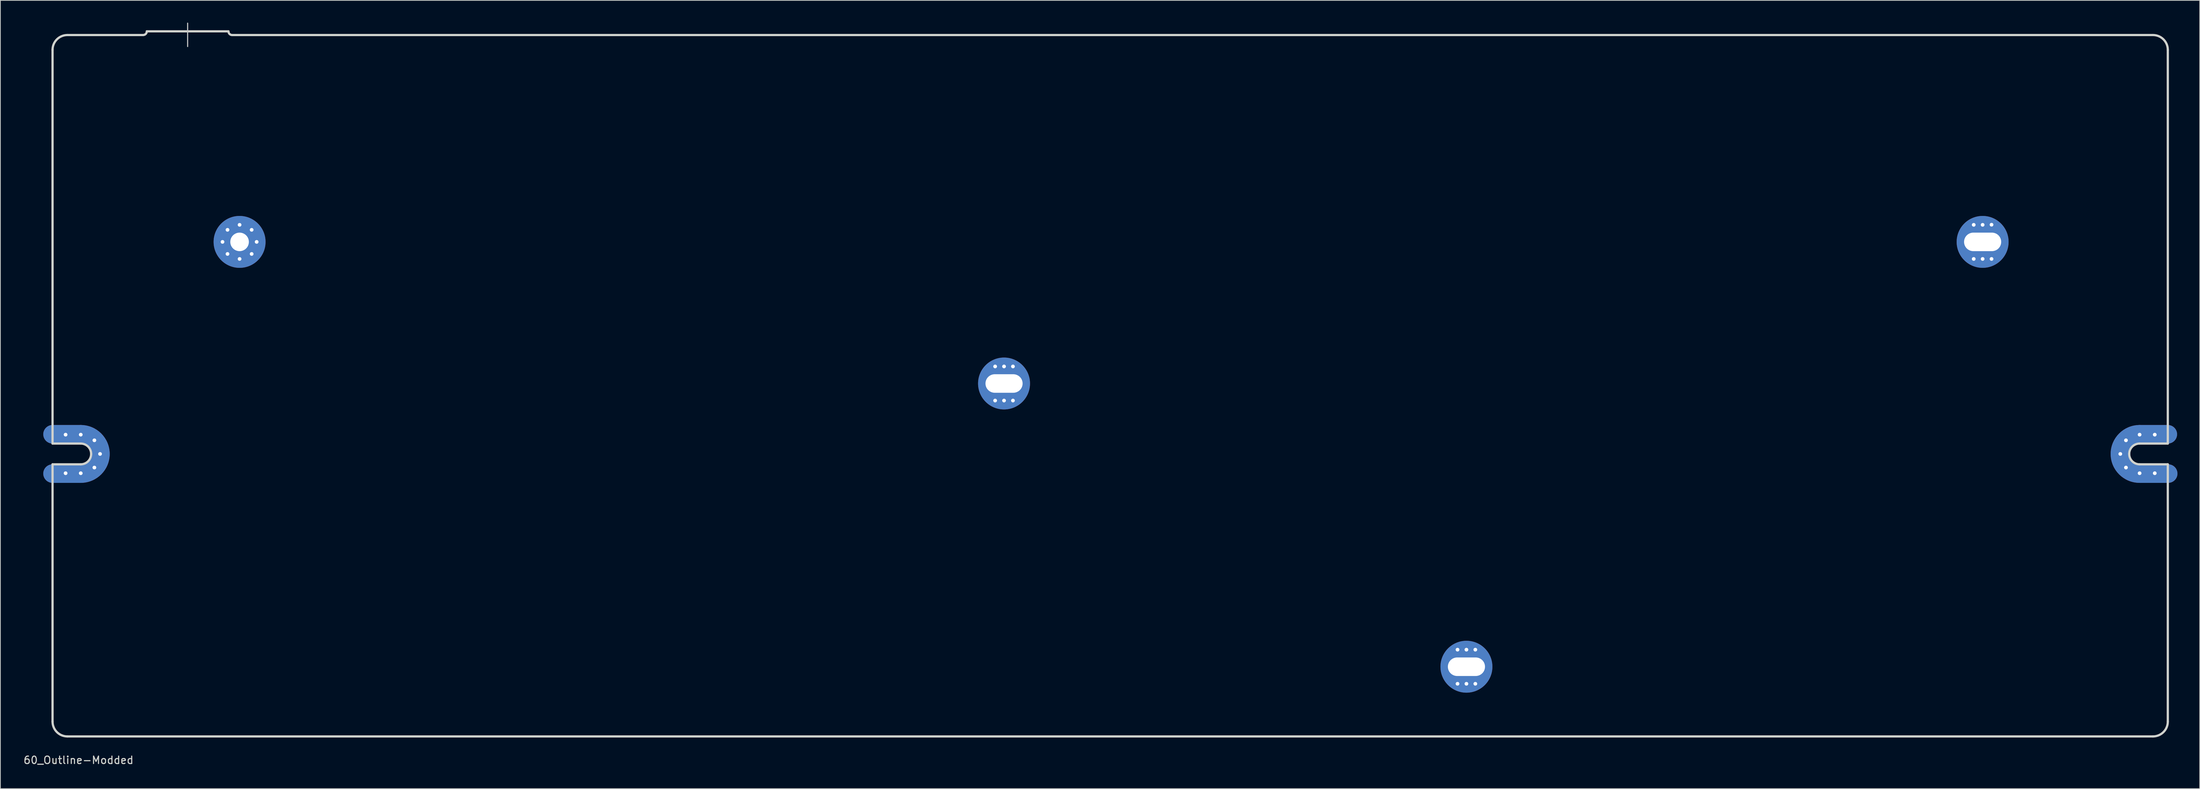
<source format=kicad_pcb>
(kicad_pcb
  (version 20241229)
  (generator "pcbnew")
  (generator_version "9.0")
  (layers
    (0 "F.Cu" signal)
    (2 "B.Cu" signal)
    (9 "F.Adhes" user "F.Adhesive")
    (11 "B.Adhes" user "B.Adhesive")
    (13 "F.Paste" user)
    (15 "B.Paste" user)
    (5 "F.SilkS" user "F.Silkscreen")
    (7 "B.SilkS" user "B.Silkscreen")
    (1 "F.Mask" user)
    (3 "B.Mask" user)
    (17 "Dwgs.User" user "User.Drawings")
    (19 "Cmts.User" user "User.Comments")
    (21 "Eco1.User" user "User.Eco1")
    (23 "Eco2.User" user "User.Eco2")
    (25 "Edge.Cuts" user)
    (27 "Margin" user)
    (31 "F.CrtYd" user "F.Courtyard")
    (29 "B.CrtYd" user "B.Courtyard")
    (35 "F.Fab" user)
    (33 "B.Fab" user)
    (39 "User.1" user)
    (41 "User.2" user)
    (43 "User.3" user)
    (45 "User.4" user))
  (footprint "60_Outline-Modded"
    (layer "F.Cu")
    (at 146.53 48.975)
    (property "Reference" "60_Outline-Modded" (at -139 50.5 0) (layer "Edge.Cuts") (effects (font (size 1 1) (thickness 0.15))))
    (attr through_hole)
    (fp_line (start -142.5 6.549) (end -138.7 6.549) (stroke (width 2.502) (type solid)) (layer "F.Cu"))
    (fp_line (start -142.5 11.851) (end -138.7 11.851) (stroke (width 2.502) (type solid)) (layer "F.Cu"))
    (fp_line (start 138.7 6.549) (end 142.5 6.549) (stroke (width 2.502) (type solid)) (layer "F.Cu"))
    (fp_line (start 138.7 11.851) (end 142.55 11.851) (stroke (width 2.502) (type solid)) (layer "F.Cu"))
    (fp_arc (start -138.7 6.54905) (mid -136.825495 7.325495) (end -136.04905 9.2) (stroke (width 2.5019) (type solid)) (layer "F.Cu"))
    (fp_arc (start -136.04905 9.2) (mid -136.825495 11.074505) (end -138.7 11.85095) (stroke (width 2.5019) (type solid)) (layer "F.Cu"))
    (fp_arc (start 136.04905 9.2) (mid 136.825495 7.325495) (end 138.7 6.54905) (stroke (width 2.5019) (type solid)) (layer "F.Cu"))
    (fp_arc (start 138.7 11.85095) (mid 136.825495 11.074505) (end 136.04905 9.2) (stroke (width 2.5019) (type solid)) (layer "F.Cu"))
    (fp_line (start -142.5 6.549) (end -138.7 6.549) (stroke (width 2.502) (type solid)) (layer "F.Mask"))
    (fp_line (start -142.5 11.851) (end -138.7 11.851) (stroke (width 2.502) (type solid)) (layer "F.Mask"))
    (fp_line (start 138.7 6.549) (end 142.5 6.549) (stroke (width 2.502) (type solid)) (layer "F.Mask"))
    (fp_line (start 138.7 11.851) (end 142.55 11.851) (stroke (width 2.502) (type solid)) (layer "F.Mask"))
    (fp_arc (start -138.7 6.54905) (mid -136.825495 7.325495) (end -136.04905 9.2) (stroke (width 2.5019) (type solid)) (layer "F.Mask"))
    (fp_arc (start -136.04905 9.2) (mid -136.825495 11.074505) (end -138.7 11.85095) (stroke (width 2.5019) (type solid)) (layer "F.Mask"))
    (fp_arc (start 136.04905 9.2) (mid 136.825495 7.325495) (end 138.7 6.54905) (stroke (width 2.5019) (type solid)) (layer "F.Mask"))
    (fp_arc (start 138.7 11.85095) (mid 136.825495 11.074505) (end 136.04905 9.2) (stroke (width 2.5019) (type solid)) (layer "F.Mask"))
    (fp_line (start -142.5 6.549) (end -138.7 6.549) (stroke (width 2.502) (type solid)) (layer "B.Cu"))
    (fp_line (start -142.5 11.851) (end -138.7 11.851) (stroke (width 2.502) (type solid)) (layer "B.Cu"))
    (fp_line (start 138.7 6.549) (end 142.5 6.549) (stroke (width 2.502) (type solid)) (layer "B.Cu"))
    (fp_line (start 138.7 11.851) (end 142.55 11.851) (stroke (width 2.502) (type solid)) (layer "B.Cu"))
    (fp_arc (start -138.7 6.54905) (mid -136.825495 7.325495) (end -136.04905 9.2) (stroke (width 2.5019) (type solid)) (layer "B.Cu"))
    (fp_arc (start -136.04905 9.2) (mid -136.825495 11.074505) (end -138.7 11.85095) (stroke (width 2.5019) (type solid)) (layer "B.Cu"))
    (fp_arc (start 136.04905 9.2) (mid 136.825495 7.325495) (end 138.7 6.54905) (stroke (width 2.5019) (type solid)) (layer "B.Cu"))
    (fp_arc (start 138.7 11.85095) (mid 136.825495 11.074505) (end 136.04905 9.2) (stroke (width 2.5019) (type solid)) (layer "B.Cu"))
    (fp_line (start -142.5 6.549) (end -138.7 6.549) (stroke (width 2.502) (type solid)) (layer "B.Mask"))
    (fp_line (start -142.5 11.851) (end -138.7 11.851) (stroke (width 2.502) (type solid)) (layer "B.Mask"))
    (fp_line (start 138.7 6.549) (end 142.5 6.549) (stroke (width 2.502) (type solid)) (layer "B.Mask"))
    (fp_line (start 138.7 11.851) (end 142.55 11.851) (stroke (width 2.502) (type solid)) (layer "B.Mask"))
    (fp_arc (start -138.7 6.54905) (mid -136.825495 7.325495) (end -136.04905 9.2) (stroke (width 2.5019) (type solid)) (layer "B.Mask"))
    (fp_arc (start -136.04905 9.2) (mid -136.825495 11.074505) (end -138.7 11.85095) (stroke (width 2.5019) (type solid)) (layer "B.Mask"))
    (fp_arc (start 136.04905 9.2) (mid 136.825495 7.325495) (end 138.7 6.54905) (stroke (width 2.5019) (type solid)) (layer "B.Mask"))
    (fp_arc (start 138.7 11.85095) (mid 136.825495 11.074505) (end 136.04905 9.2) (stroke (width 2.5019) (type solid)) (layer "B.Mask"))
    (fp_line (start -124.3 -48.9) (end -124.3 -45.75) (stroke (width 0.15) (type solid)) (layer "Dwgs.User"))
    (fp_line (start -142.5 7.8) (end -142.5 -45.3) (stroke (width 0.3) (type solid)) (layer "Edge.Cuts"))
    (fp_line (start -142.5 10.6) (end -138.7 10.6) (stroke (width 0.3) (type solid)) (layer "Edge.Cuts"))
    (fp_line (start -142.5 45.3) (end -142.5 10.6) (stroke (width 0.3) (type solid)) (layer "Edge.Cuts"))
    (fp_line (start -140.5 -47.3) (end -130.3 -47.3) (stroke (width 0.3) (type solid)) (layer "Edge.Cuts"))
    (fp_line (start -140.5 47.3) (end 140.5 47.3) (stroke (width 0.3) (type solid)) (layer "Edge.Cuts"))
    (fp_line (start -138.7 7.8) (end -142.5 7.8) (stroke (width 0.3) (type solid)) (layer "Edge.Cuts"))
    (fp_line (start -129.8 -47.8) (end -118.8 -47.8) (stroke (width 0.3) (type solid)) (layer "Edge.Cuts"))
    (fp_line (start 138.7 7.8) (end 142.5 7.8) (stroke (width 0.3) (type solid)) (layer "Edge.Cuts"))
    (fp_line (start 138.7 10.6) (end 142.5 10.6) (stroke (width 0.3) (type solid)) (layer "Edge.Cuts"))
    (fp_line (start 140.5 -47.3) (end -118.3 -47.3) (stroke (width 0.3) (type solid)) (layer "Edge.Cuts"))
    (fp_line (start 142.5 7.8) (end 142.5 -45.3) (stroke (width 0.3) (type solid)) (layer "Edge.Cuts"))
    (fp_line (start 142.5 10.6) (end 142.5 45.3) (stroke (width 0.3) (type solid)) (layer "Edge.Cuts"))
    (fp_arc (start -142.5 -45.3) (mid -141.914214 -46.714214) (end -140.5 -47.3) (stroke (width 0.3) (type solid)) (layer "Edge.Cuts"))
    (fp_arc (start -140.5 47.3) (mid -141.914214 46.714214) (end -142.5 45.3) (stroke (width 0.3) (type solid)) (layer "Edge.Cuts"))
    (fp_arc (start -138.7 7.8) (mid -137.710051 8.210051) (end -137.3 9.2) (stroke (width 0.3) (type solid)) (layer "Edge.Cuts"))
    (fp_arc (start -137.3 9.2) (mid -137.710051 10.189949) (end -138.7 10.6) (stroke (width 0.3) (type solid)) (layer "Edge.Cuts"))
    (fp_arc (start -129.8 -47.8) (mid -129.946447 -47.446447) (end -130.3 -47.3) (stroke (width 0.3) (type solid)) (layer "Edge.Cuts"))
    (fp_arc (start -118.3 -47.3) (mid -118.653553 -47.446447) (end -118.8 -47.8) (stroke (width 0.3) (type solid)) (layer "Edge.Cuts"))
    (fp_arc (start 137.3 9.2) (mid 137.710051 8.210051) (end 138.7 7.8) (stroke (width 0.3) (type solid)) (layer "Edge.Cuts"))
    (fp_arc (start 138.7 10.6) (mid 137.710051 10.189949) (end 137.3 9.2) (stroke (width 0.3) (type solid)) (layer "Edge.Cuts"))
    (fp_arc (start 140.5 -47.3) (mid 141.914214 -46.714214) (end 142.5 -45.3) (stroke (width 0.3) (type solid)) (layer "Edge.Cuts"))
    (fp_arc (start 142.5 45.3) (mid 141.914214 46.714214) (end 140.5 47.3) (stroke (width 0.3) (type solid)) (layer "Edge.Cuts"))
    (pad "1" thru_hole circle (at -140.742 6.6) (size 1 1) (drill 0.5) (layers "*.Cu" "*.Mask"))
    (pad "1" thru_hole circle (at -140.742 11.8) (size 1 1) (drill 0.5) (layers "*.Cu" "*.Mask"))
    (pad "1" thru_hole circle (at -138.7 6.6) (size 1 1) (drill 0.5) (layers "*.Cu" "*.Mask"))
    (pad "1" thru_hole circle (at -138.7 11.8) (size 1 1) (drill 0.5) (layers "*.Cu" "*.Mask"))
    (pad "1" thru_hole circle (at -136.862 7.362) (size 1 1) (drill 0.5) (layers "*.Cu" "*.Mask"))
    (pad "1" thru_hole circle (at -136.862 11.038) (size 1 1) (drill 0.5) (layers "*.Cu" "*.Mask"))
    (pad "1" thru_hole circle (at -136.1 9.2) (size 1 1) (drill 0.5) (layers "*.Cu" "*.Mask"))
    (pad "1" thru_hole circle (at -119.6 -19.4) (size 1 1) (drill 0.5) (layers "*.Cu" "*.Mask"))
    (pad "1" thru_hole circle (at -118.926 -21.026) (size 1 1) (drill 0.5) (layers "*.Cu" "*.Mask"))
    (pad "1" thru_hole circle (at -118.926 -17.774) (size 1 1) (drill 0.5) (layers "*.Cu" "*.Mask"))
    (pad "1" thru_hole circle (at -117.3 -21.7) (size 1 1) (drill 0.5) (layers "*.Cu" "*.Mask"))
    (pad "1" thru_hole circle (at -117.3 -19.4) (size 7.001 7.001) (drill 2.499) (layers "*.Cu" "*.Mask"))
    (pad "1" thru_hole circle (at -117.3 -17.1) (size 1 1) (drill 0.5) (layers "*.Cu" "*.Mask"))
    (pad "1" thru_hole circle (at -115.674 -21.026) (size 1 1) (drill 0.5) (layers "*.Cu" "*.Mask"))
    (pad "1" thru_hole circle (at -115.674 -17.774) (size 1 1) (drill 0.5) (layers "*.Cu" "*.Mask"))
    (pad "1" thru_hole circle (at -115 -19.4) (size 1 1) (drill 0.5) (layers "*.Cu" "*.Mask"))
    (pad "1" thru_hole circle (at -15.5 -2.6) (size 1 1) (drill 0.5) (layers "*.Cu" "*.Mask"))
    (pad "1" thru_hole circle (at -15.5 2) (size 1 1) (drill 0.5) (layers "*.Cu" "*.Mask"))
    (pad "1" thru_hole circle (at -14.3 -2.6) (size 1 1) (drill 0.5) (layers "*.Cu" "*.Mask"))
    (pad "1" thru_hole circle (at -14.3 -0.3) (size 7 7) (drill oval 5.001 2.499) (layers "*.Cu" "*.Mask"))
    (pad "1" thru_hole circle (at -14.3 2) (size 1 1) (drill 0.5) (layers "*.Cu" "*.Mask"))
    (pad "1" thru_hole circle (at -13.1 -2.6) (size 1 1) (drill 0.5) (layers "*.Cu" "*.Mask"))
    (pad "1" thru_hole circle (at -13.1 2) (size 1 1) (drill 0.5) (layers "*.Cu" "*.Mask"))
    (pad "1" thru_hole circle (at 46.8 35.6) (size 1 1) (drill 0.5) (layers "*.Cu" "*.Mask"))
    (pad "1" thru_hole circle (at 46.8 40.2) (size 1 1) (drill 0.5) (layers "*.Cu" "*.Mask"))
    (pad "1" thru_hole circle (at 48 35.6) (size 1 1) (drill 0.5) (layers "*.Cu" "*.Mask"))
    (pad "1" thru_hole circle (at 48 37.9) (size 7 7) (drill oval 5.001 2.499) (layers "*.Cu" "*.Mask"))
    (pad "1" thru_hole circle (at 48 40.2) (size 1 1) (drill 0.5) (layers "*.Cu" "*.Mask"))
    (pad "1" thru_hole circle (at 49.2 35.6) (size 1 1) (drill 0.5) (layers "*.Cu" "*.Mask"))
    (pad "1" thru_hole circle (at 49.2 40.2) (size 1 1) (drill 0.5) (layers "*.Cu" "*.Mask"))
    (pad "1" thru_hole circle (at 116.35 -21.7) (size 1 1) (drill 0.5) (layers "*.Cu" "*.Mask"))
    (pad "1" thru_hole circle (at 116.35 -17.1) (size 1 1) (drill 0.5) (layers "*.Cu" "*.Mask"))
    (pad "1" thru_hole circle (at 117.55 -21.7) (size 1 1) (drill 0.5) (layers "*.Cu" "*.Mask"))
    (pad "1" thru_hole circle (at 117.55 -19.4) (size 7 7) (drill oval 5.001 2.499) (layers "*.Cu" "*.Mask"))
    (pad "1" thru_hole circle (at 117.55 -17.1) (size 1 1) (drill 0.5) (layers "*.Cu" "*.Mask"))
    (pad "1" thru_hole circle (at 118.75 -21.717) (size 1 1) (drill 0.5) (layers "*.Cu" "*.Mask"))
    (pad "1" thru_hole circle (at 118.75 -17.1) (size 1 1) (drill 0.5) (layers "*.Cu" "*.Mask"))
    (pad "1" thru_hole circle (at 136.1 9.2) (size 1 1) (drill 0.5) (layers "*.Cu" "*.Mask"))
    (pad "1" thru_hole circle (at 136.862 7.362) (size 1 1) (drill 0.5) (layers "*.Cu" "*.Mask"))
    (pad "1" thru_hole circle (at 136.862 11.038) (size 1 1) (drill 0.5) (layers "*.Cu" "*.Mask"))
    (pad "1" thru_hole circle (at 138.7 6.6) (size 1 1) (drill 0.5) (layers "*.Cu" "*.Mask"))
    (pad "1" thru_hole circle (at 138.7 11.8) (size 1 1) (drill 0.5) (layers "*.Cu" "*.Mask"))
    (pad "1" thru_hole circle (at 140.742 6.6) (size 1 1) (drill 0.5) (layers "*.Cu" "*.Mask"))
    (pad "1" thru_hole circle (at 140.742 11.8) (size 1 1) (drill 0.5) (layers "*.Cu" "*.Mask")))
  (gr_rect
    (start -3 -3)
    (end 293.331 103.323)
    (stroke (width 0.1) (type default))
    (fill no)
    (layer "Edge.Cuts")))
</source>
